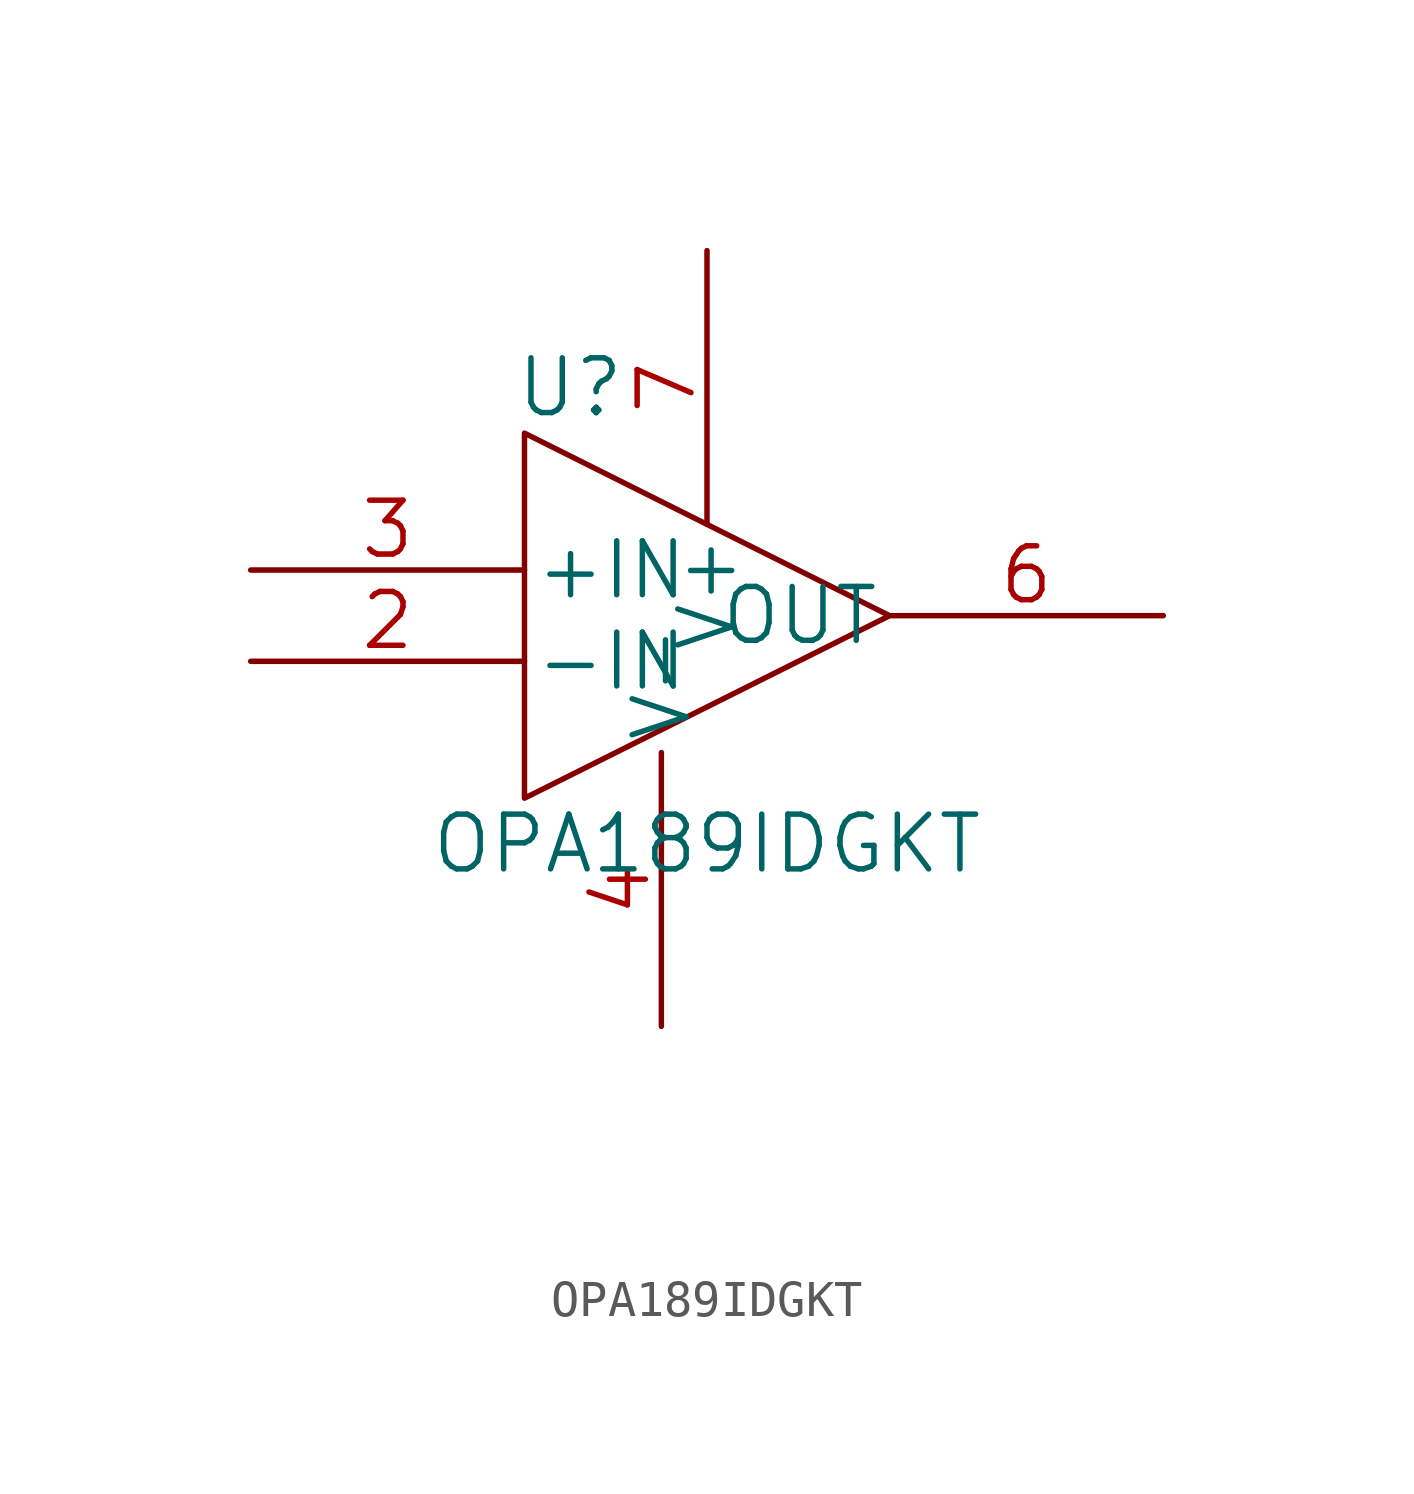
<source format=kicad_sym>
(kicad_symbol_lib
  (version 20211014)
  (generator kicad_symbol_editor)
  (symbol "OPA189IDGKT"
    (pin_names
      (offset 0.254))
    (property "Reference" "U"
      (at -7.62 21.59 0)
      (effects (font (size 1.524 1.524))))
    (property "Value" "OPA189IDGKT"
      (at -3.81 8.89 0)
      (effects (font (size 1.524 1.524))))
    (property "Datasheet" ""
      (at 0 0 0)
      (effects (font (size 1.524 1.524))))
    (symbol "OPA189IDGKT_0_1"
      (polyline (pts (xy -8.89 20.32) (xy -8.89 10.16) (xy 1.27 15.24) (xy -8.89 20.32)) (stroke (width 0) (type default) (color 0 0 0 0)) (fill (type none))))
    (symbol "OPA189IDGKT_1_1"
      (pin input line (at -16.51 13.97 0) (length 7.62) (name "-IN" (effects (font (size 1.499 1.499)))) (number "2" (effects (font (size 1.499 1.499)))))
      (pin input line (at -16.51 16.51 0) (length 7.62) (name "+IN" (effects (font (size 1.499 1.499)))) (number "3" (effects (font (size 1.499 1.499)))))
      (pin power_in line (at -5.08 3.81 90) (length 7.62) (name "V-" (effects (font (size 1.499 1.499)))) (number "4" (effects (font (size 1.499 1.499)))))
      (pin output line (at 8.89 15.24 180) (length 7.62) (name "OUT" (effects (font (size 1.499 1.499)))) (number "6" (effects (font (size 1.499 1.499)))))
      (pin power_in line (at -3.81 25.4 270) (length 7.62) (name "V+" (effects (font (size 1.499 1.499)))) (number "7" (effects (font (size 1.499 1.499))))))))
</source>
